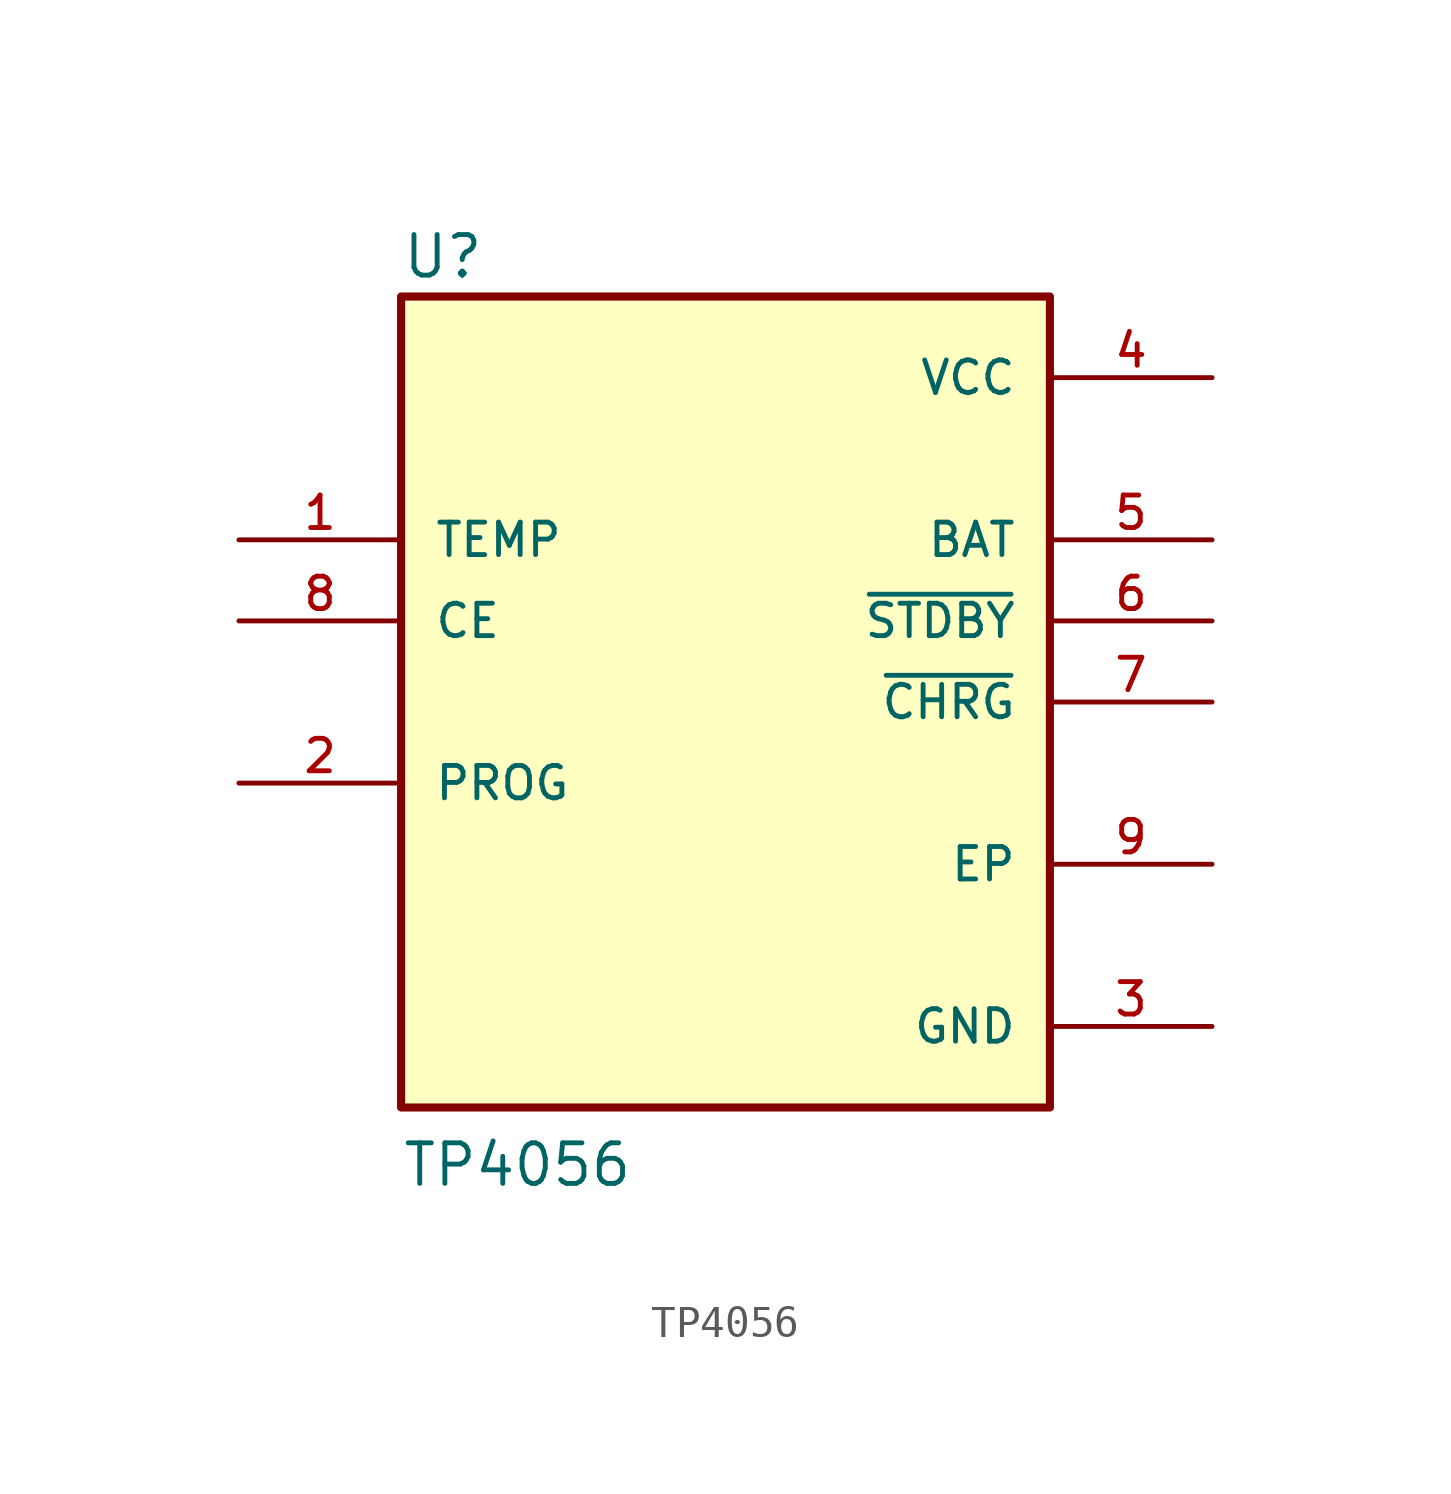
<source format=kicad_sym>
(kicad_symbol_lib
  (version 20211014)
  (generator kicad_symbol_editor)
  (symbol "TP4056"
    (pin_names
      (offset 1.016))
    (property "Reference" "U"
      (at -10.16 13.208 0)
      (effects (font (size 1.27 1.27)) (justify left bottom)))
    (property "Value" "TP4056"
      (at -10.16 -15.24 0)
      (effects (font (size 1.27 1.27)) (justify left bottom)))
    (property "ki_locked" ""
      (at 0 0 0)
      (effects (font (size 1.27 1.27))))
    (symbol "TP4056_0_0"
      (rectangle (start -10.16 -12.7) (end 10.16 12.7) (stroke (width 0.254) (type default) (color 0 0 0 0)) (fill (type background)))
      (pin input line (at -15.24 5.08 0) (length 5.08) (name "TEMP" (effects (font (size 1.016 1.016)))) (number "1" (effects (font (size 1.016 1.016)))))
      (pin bidirectional line (at -15.24 -2.54 0) (length 5.08) (name "PROG" (effects (font (size 1.016 1.016)))) (number "2" (effects (font (size 1.016 1.016)))))
      (pin power_in line (at 15.24 -10.16 180) (length 5.08) (name "GND" (effects (font (size 1.016 1.016)))) (number "3" (effects (font (size 1.016 1.016)))))
      (pin power_in line (at 15.24 10.16 180) (length 5.08) (name "VCC" (effects (font (size 1.016 1.016)))) (number "4" (effects (font (size 1.016 1.016)))))
      (pin output line (at 15.24 5.08 180) (length 5.08) (name "BAT" (effects (font (size 1.016 1.016)))) (number "5" (effects (font (size 1.016 1.016)))))
      (pin output line (at 15.24 2.54 180) (length 5.08) (name "~{STDBY}" (effects (font (size 1.016 1.016)))) (number "6" (effects (font (size 1.016 1.016)))))
      (pin output line (at 15.24 0 180) (length 5.08) (name "~{CHRG}" (effects (font (size 1.016 1.016)))) (number "7" (effects (font (size 1.016 1.016)))))
      (pin input line (at -15.24 2.54 0) (length 5.08) (name "CE" (effects (font (size 1.016 1.016)))) (number "8" (effects (font (size 1.016 1.016)))))
      (pin passive line (at 15.24 -5.08 180) (length 5.08) (name "EP" (effects (font (size 1.016 1.016)))) (number "9" (effects (font (size 1.016 1.016))))))))
</source>
